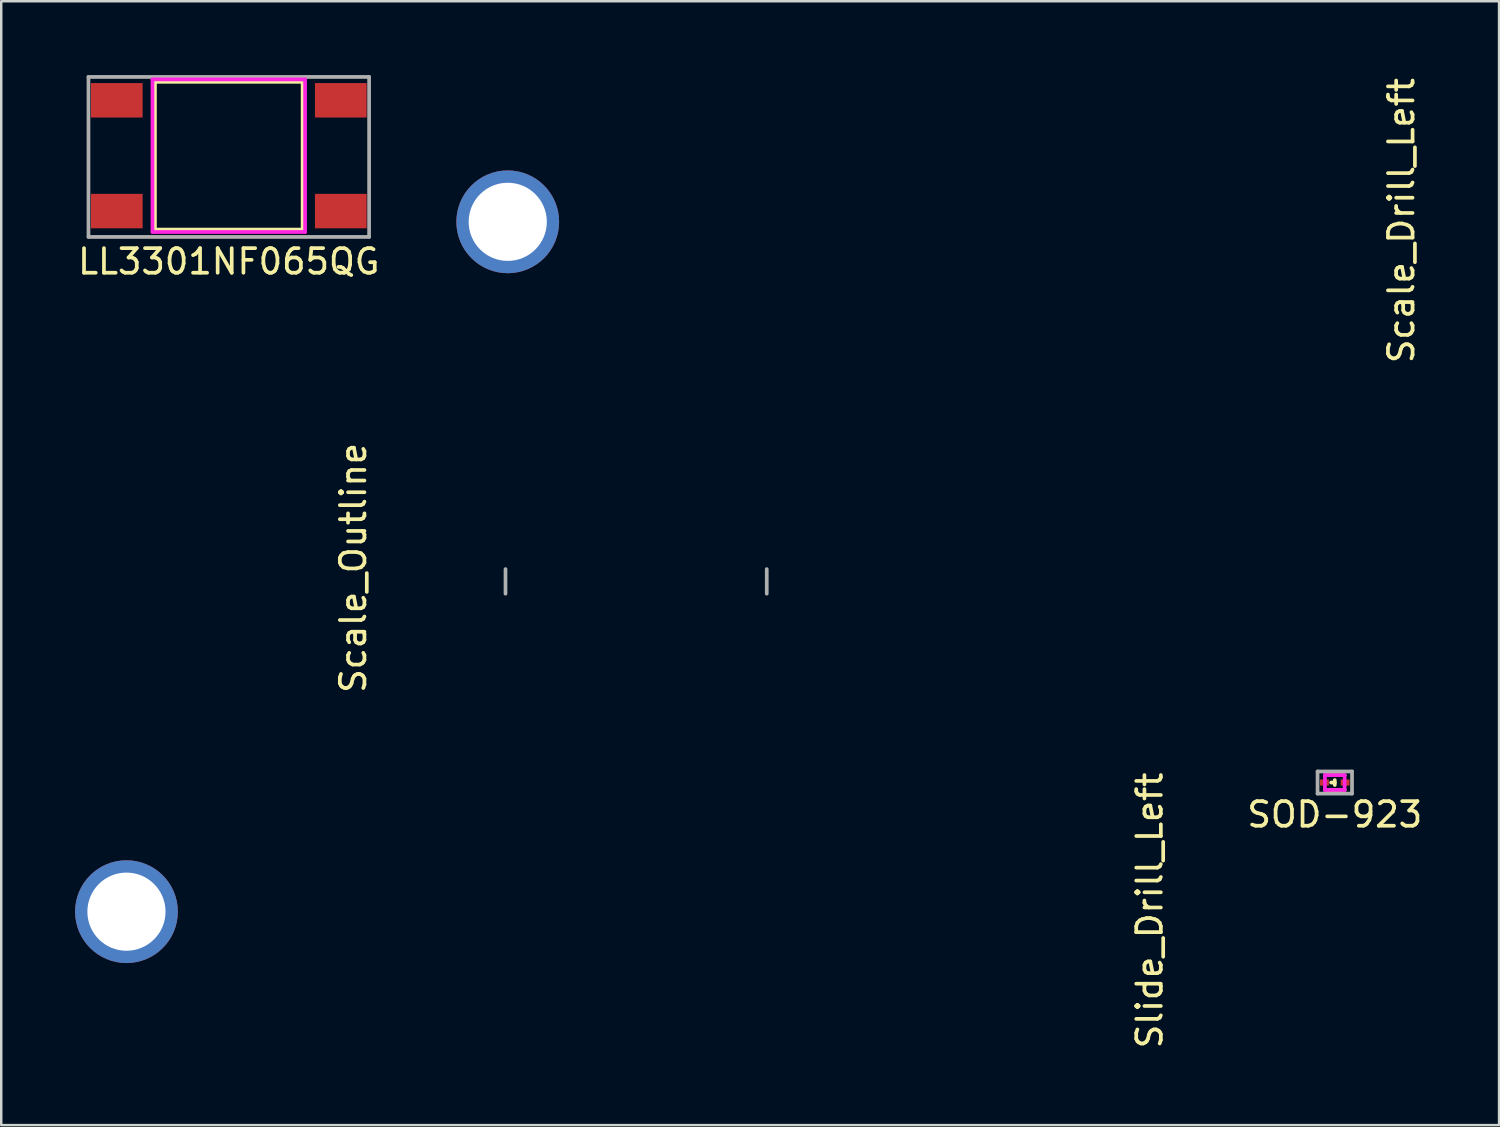
<source format=kicad_pcb>
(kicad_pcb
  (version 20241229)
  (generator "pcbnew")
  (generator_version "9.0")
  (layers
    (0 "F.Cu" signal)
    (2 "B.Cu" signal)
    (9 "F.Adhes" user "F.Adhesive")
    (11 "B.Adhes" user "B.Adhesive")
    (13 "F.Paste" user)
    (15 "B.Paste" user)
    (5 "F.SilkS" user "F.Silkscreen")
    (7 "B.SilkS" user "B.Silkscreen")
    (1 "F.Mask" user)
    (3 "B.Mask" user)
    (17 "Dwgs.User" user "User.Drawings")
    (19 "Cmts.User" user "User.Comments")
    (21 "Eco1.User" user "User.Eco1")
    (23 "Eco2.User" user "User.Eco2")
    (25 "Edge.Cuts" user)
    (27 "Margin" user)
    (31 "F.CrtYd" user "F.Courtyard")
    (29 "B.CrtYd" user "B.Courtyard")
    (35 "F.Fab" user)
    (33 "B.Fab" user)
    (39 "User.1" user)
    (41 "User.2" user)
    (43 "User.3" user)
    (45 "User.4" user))
  (footprint "Slide_Drill_Left"
    (layer "F.Cu")
    (at 32.602 33.985)
    (property "Reference" "Slide_Drill_Left" (at 11.05 -0.05 90) (layer "F.SilkS") (effects (font (size 1 1) (thickness 0.15))))
    (attr through_hole)
    (pad "1" thru_hole circle (at -30.515 0) (size 4.175 4.175) (drill 3.175) (layers "*.Cu" "*.Mask")))
  (footprint "SOD-923"
    (layer "F.Cu")
    (at 51.173 28.739)
    (property "Reference" "SOD-923" (at 0 1.3 0) (layer "F.SilkS") (effects (font (size 1 1) (thickness 0.15))))
    (attr through_hole)
    (fp_line (start -0.4 -0.3) (end 0.4 -0.3) (stroke (width 0.15) (type solid)) (layer "F.SilkS"))
    (fp_line (start 0 -0.1) (end 0 0.1) (stroke (width 0.15) (type solid)) (layer "F.SilkS"))
    (fp_line (start 0 0) (end -0.15 0) (stroke (width 0.15) (type solid)) (layer "F.SilkS"))
    (fp_line (start 0.4 0.3) (end -0.4 0.3) (stroke (width 0.15) (type solid)) (layer "F.SilkS"))
    (fp_line (start -0.4 -0.3) (end 0.4 -0.3) (stroke (width 0.15) (type solid)) (layer "F.CrtYd"))
    (fp_line (start -0.4 0.3) (end -0.4 -0.3) (stroke (width 0.15) (type solid)) (layer "F.CrtYd"))
    (fp_line (start 0.4 -0.3) (end 0.4 0.3) (stroke (width 0.15) (type solid)) (layer "F.CrtYd"))
    (fp_line (start 0.4 0.3) (end -0.4 0.3) (stroke (width 0.15) (type solid)) (layer "F.CrtYd"))
    (fp_line (start -0.7 -0.45) (end 0.7 -0.45) (stroke (width 0.15) (type solid)) (layer "F.Fab"))
    (fp_line (start -0.7 0.45) (end -0.7 -0.45) (stroke (width 0.15) (type solid)) (layer "F.Fab"))
    (fp_line (start 0.7 -0.45) (end 0.7 0.45) (stroke (width 0.15) (type solid)) (layer "F.Fab"))
    (fp_line (start 0.7 0.45) (end -0.7 0.45) (stroke (width 0.15) (type solid)) (layer "F.Fab"))
    (pad "1" smd rect (at -0.42 0) (size 0.36 0.25) (layers "F.Cu" "F.Mask" "F.Paste"))
    (pad "2" smd rect (at 0.42 0) (size 0.36 0.25) (layers "F.Cu" "F.Mask" "F.Paste")))
  (footprint "Scale_Drill_Left"
    (layer "F.Cu")
    (at 42.828 5.961)
    (property "Reference" "Scale_Drill_Left" (at 11.05 -0.05 90) (layer "F.SilkS") (effects (font (size 1 1) (thickness 0.15))))
    (attr through_hole)
    (pad "1" thru_hole circle (at -25.252 0) (size 4.175 4.175) (drill 3.175) (layers "*.Cu" "*.Mask")))
  (footprint "Scale_Outline"
    (layer "F.Cu")
    (at 0.25 20.068)
    (property "Reference" "Scale_Outline" (at 11.05 -0.05 90) (layer "F.SilkS") (effects (font (size 1 1) (thickness 0.15))))
    (attr through_hole)
    (fp_line (start 17.235 0) (end 17.235 1) (stroke (width 0.15) (type solid)) (layer "F.Fab"))
    (fp_line (start 27.848 0) (end 27.848 1) (stroke (width 0.15) (type solid)) (layer "F.Fab")))
  (footprint "LL3301NF065QG"
    (layer "F.Cu")
    (at 6.244 3.275)
    (property "Reference" "LL3301NF065QG" (at 0 4.3 0) (layer "F.SilkS") (effects (font (size 1 1) (thickness 0.15))))
    (attr through_hole)
    (fp_line (start -3 -3) (end 3 -3) (stroke (width 0.15) (type solid)) (layer "F.SilkS"))
    (fp_line (start -3 3) (end -3 -3) (stroke (width 0.15) (type solid)) (layer "F.SilkS"))
    (fp_line (start 3 -3) (end 3 3) (stroke (width 0.15) (type solid)) (layer "F.SilkS"))
    (fp_line (start 3 3) (end -3 3) (stroke (width 0.15) (type solid)) (layer "F.SilkS"))
    (fp_line (start -3.1 -3.1) (end 3.1 -3.1) (stroke (width 0.15) (type solid)) (layer "F.CrtYd"))
    (fp_line (start -3.1 3.1) (end -3.1 -3.1) (stroke (width 0.15) (type solid)) (layer "F.CrtYd"))
    (fp_line (start 3.1 -3.1) (end 3.1 3.1) (stroke (width 0.15) (type solid)) (layer "F.CrtYd"))
    (fp_line (start 3.1 3.1) (end -3.1 3.1) (stroke (width 0.15) (type solid)) (layer "F.CrtYd"))
    (fp_line (start -5.7 -3.2) (end 5.7 -3.2) (stroke (width 0.15) (type solid)) (layer "F.Fab"))
    (fp_line (start -5.7 3.3) (end -5.7 -3.2) (stroke (width 0.15) (type solid)) (layer "F.Fab"))
    (fp_line (start 5.7 -3.2) (end 5.7 3.3) (stroke (width 0.15) (type solid)) (layer "F.Fab"))
    (fp_line (start 5.7 3.3) (end -5.7 3.3) (stroke (width 0.15) (type solid)) (layer "F.Fab"))
    (pad "1" smd rect (at -4.55 -2.25) (size 2.1 1.4) (layers "F.Cu" "F.Mask" "F.Paste"))
    (pad "1" smd rect (at 4.55 -2.25) (size 2.1 1.4) (layers "F.Cu" "F.Mask" "F.Paste"))
    (pad "2" smd rect (at -4.55 2.25) (size 2.1 1.4) (layers "F.Cu" "F.Mask" "F.Paste"))
    (pad "2" smd rect (at 4.55 2.25) (size 2.1 1.4) (layers "F.Cu" "F.Mask" "F.Paste")))
  (gr_rect
    (start -3 -3)
    (end 57.846 42.655)
    (stroke (width 0.1) (type default))
    (fill no)
    (layer "Edge.Cuts")))
</source>
